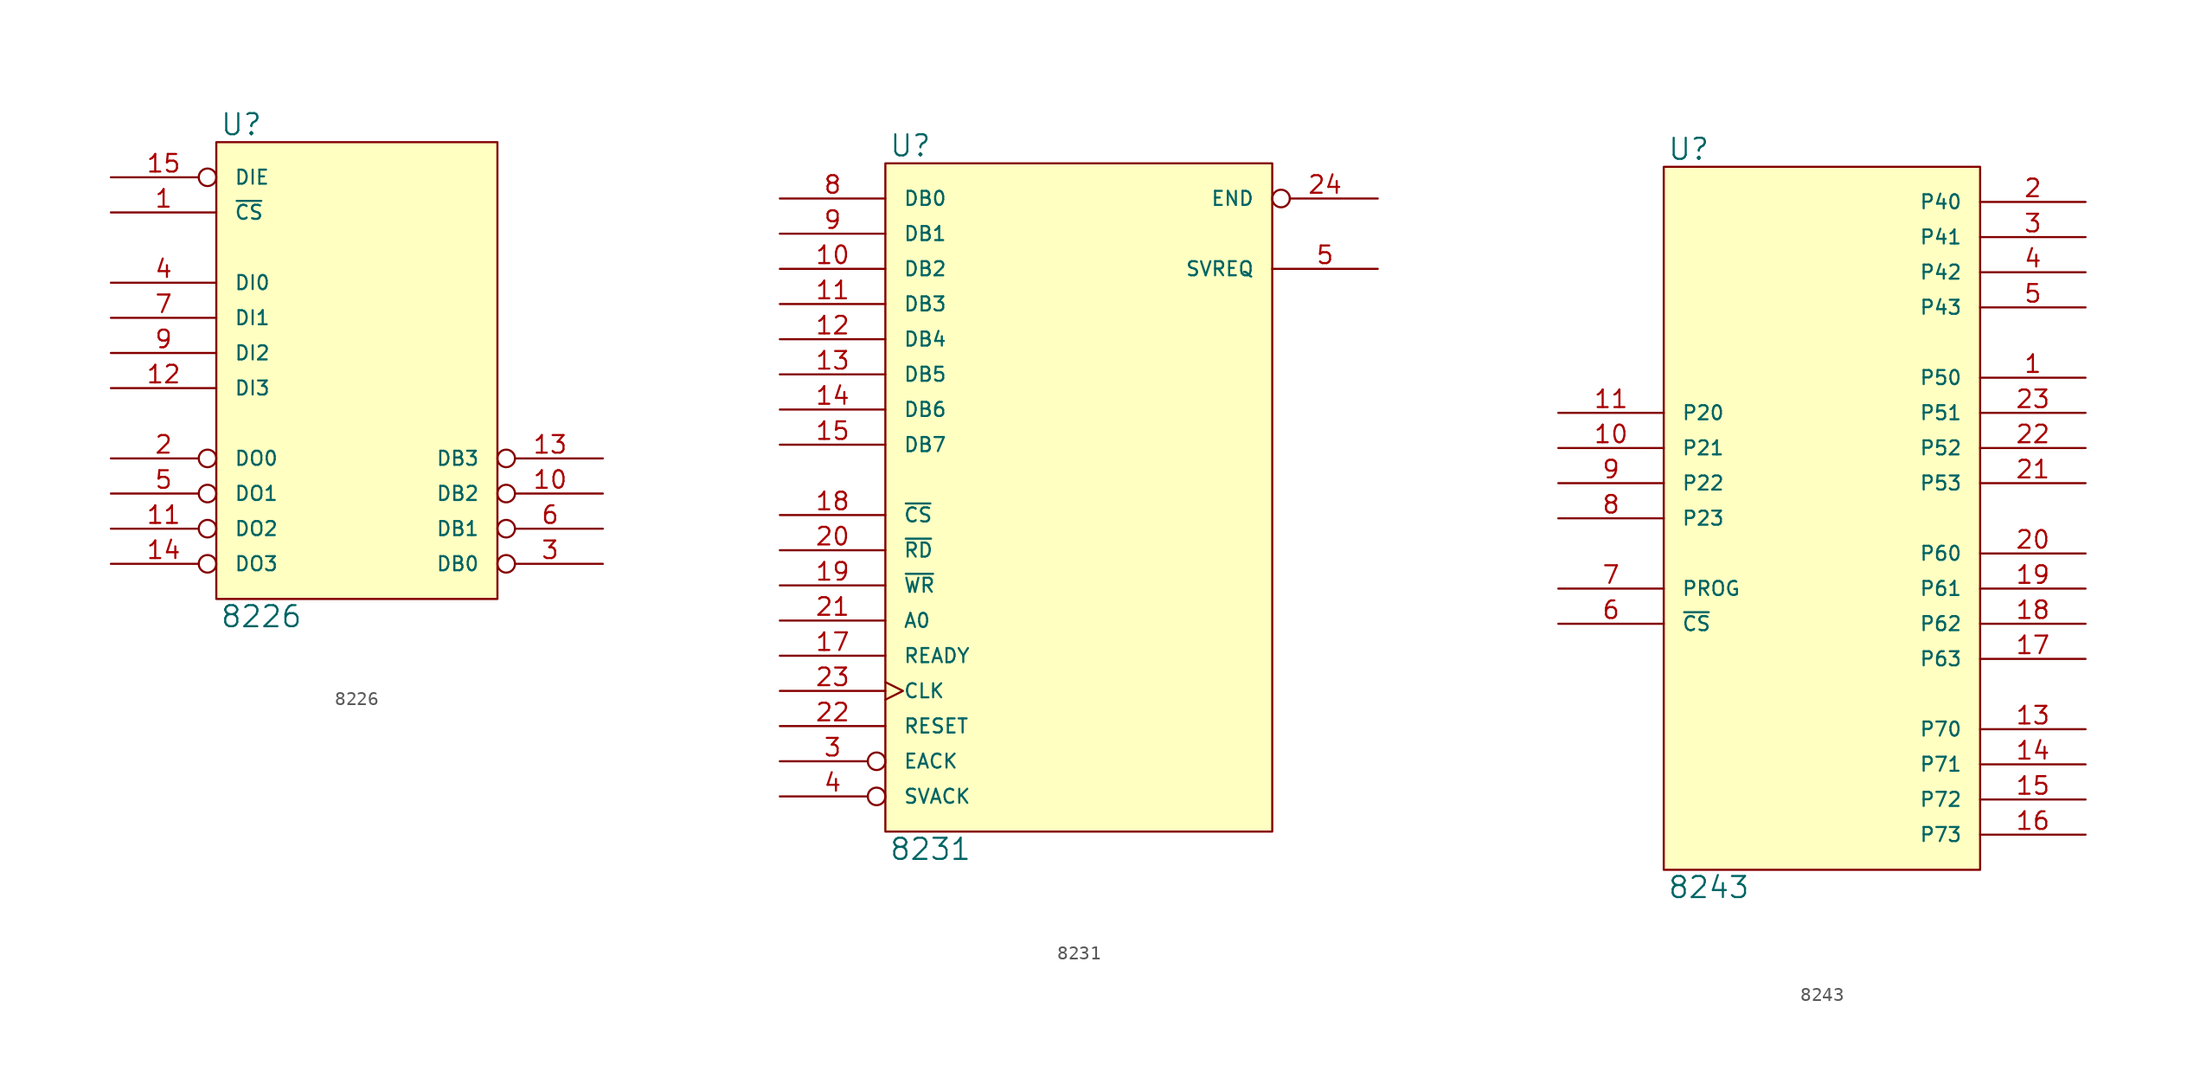
<source format=kicad_sym>
(kicad_symbol_lib
  (version 20231120)
  (generator "kicad_symbol_editor")
  (generator_version "8.0")
  (symbol "8226"
    (pin_names
      (offset 1.27))
    (property "Reference" "U"
      (at 0.254 0.381 0)
      (effects (font (size 1.524 1.524)) (justify left bottom)))
    (property "Value" "8226"
      (at 0.254 -33.401 0)
      (effects (font (size 1.524 1.524)) (justify left top)))
    (symbol "8226_0_1"
      (rectangle (start 0 0) (end 20.32 -33.02) (stroke (width 0) (type solid)) (fill (type background))))
    (symbol "8226_1_1"
      (pin input line (at -7.62 -5.08 0) (length 7.62) (name "~{CS}" (effects (font (size 1.016 1.016)))) (number "1" (effects (font (size 1.27 1.27)))))
      (pin tri_state inverted (at 27.94 -25.4 180) (length 7.62) (name "DB2" (effects (font (size 1.016 1.016)))) (number "10" (effects (font (size 1.27 1.27)))))
      (pin tri_state inverted (at -7.62 -27.94 0) (length 7.62) (name "DO2" (effects (font (size 1.016 1.016)))) (number "11" (effects (font (size 1.27 1.27)))))
      (pin input line (at -7.62 -17.78 0) (length 7.62) (name "DI3" (effects (font (size 1.016 1.016)))) (number "12" (effects (font (size 1.27 1.27)))))
      (pin tri_state inverted (at 27.94 -22.86 180) (length 7.62) (name "DB3" (effects (font (size 1.016 1.016)))) (number "13" (effects (font (size 1.27 1.27)))))
      (pin tri_state inverted (at -7.62 -30.48 0) (length 7.62) (name "DO3" (effects (font (size 1.016 1.016)))) (number "14" (effects (font (size 1.27 1.27)))))
      (pin input inverted (at -7.62 -2.54 0) (length 7.62) (name "DIE" (effects (font (size 1.016 1.016)))) (number "15" (effects (font (size 1.27 1.27)))))
      (pin power_in line (at 0 0 270) (length 0) hide (name "VCC" (effects (font (size 1.016 1.016)))) (number "16" (effects (font (size 1.27 1.27)))))
      (pin tri_state inverted (at -7.62 -22.86 0) (length 7.62) (name "DO0" (effects (font (size 1.016 1.016)))) (number "2" (effects (font (size 1.27 1.27)))))
      (pin tri_state inverted (at 27.94 -30.48 180) (length 7.62) (name "DB0" (effects (font (size 1.016 1.016)))) (number "3" (effects (font (size 1.27 1.27)))))
      (pin input line (at -7.62 -10.16 0) (length 7.62) (name "DI0" (effects (font (size 1.016 1.016)))) (number "4" (effects (font (size 1.27 1.27)))))
      (pin tri_state inverted (at -7.62 -25.4 0) (length 7.62) (name "DO1" (effects (font (size 1.016 1.016)))) (number "5" (effects (font (size 1.27 1.27)))))
      (pin tri_state inverted (at 27.94 -27.94 180) (length 7.62) (name "DB1" (effects (font (size 1.016 1.016)))) (number "6" (effects (font (size 1.27 1.27)))))
      (pin input line (at -7.62 -12.7 0) (length 7.62) (name "DI1" (effects (font (size 1.016 1.016)))) (number "7" (effects (font (size 1.27 1.27)))))
      (pin power_in line (at 0 -33.02 90) (length 0) hide (name "GND" (effects (font (size 1.016 1.016)))) (number "8" (effects (font (size 1.27 1.27)))))
      (pin input line (at -7.62 -15.24 0) (length 7.62) (name "DI2" (effects (font (size 1.016 1.016)))) (number "9" (effects (font (size 1.27 1.27)))))))
  (symbol "8231"
    (pin_names
      (offset 1.27))
    (property "Reference" "U"
      (at 0.254 0.381 0)
      (effects (font (size 1.524 1.524)) (justify left bottom)))
    (property "Value" "8231"
      (at 0.254 -48.641 0)
      (effects (font (size 1.524 1.524)) (justify left top)))
    (symbol "8231_0_1"
      (rectangle (start 0 0) (end 27.94 -48.26) (stroke (width 0) (type solid)) (fill (type background))))
    (symbol "8231_1_1"
      (pin power_in line (at 0 -48.26 90) (length 0) hide (name "VSS" (effects (font (size 1.016 1.016)))) (number "1" (effects (font (size 1.27 1.27)))))
      (pin bidirectional line (at -7.62 -7.62 0) (length 7.62) (name "DB2" (effects (font (size 1.016 1.016)))) (number "10" (effects (font (size 1.27 1.27)))))
      (pin bidirectional line (at -7.62 -10.16 0) (length 7.62) (name "DB3" (effects (font (size 1.016 1.016)))) (number "11" (effects (font (size 1.27 1.27)))))
      (pin bidirectional line (at -7.62 -12.7 0) (length 7.62) (name "DB4" (effects (font (size 1.016 1.016)))) (number "12" (effects (font (size 1.27 1.27)))))
      (pin bidirectional line (at -7.62 -15.24 0) (length 7.62) (name "DB5" (effects (font (size 1.016 1.016)))) (number "13" (effects (font (size 1.27 1.27)))))
      (pin bidirectional line (at -7.62 -17.78 0) (length 7.62) (name "DB6" (effects (font (size 1.016 1.016)))) (number "14" (effects (font (size 1.27 1.27)))))
      (pin bidirectional line (at -7.62 -20.32 0) (length 7.62) (name "DB7" (effects (font (size 1.016 1.016)))) (number "15" (effects (font (size 1.27 1.27)))))
      (pin power_in line (at 20.32 0 270) (length 0) hide (name "VDD" (effects (font (size 1.016 1.016)))) (number "16" (effects (font (size 1.27 1.27)))))
      (pin output line (at -7.62 -35.56 0) (length 7.62) (name "READY" (effects (font (size 1.016 1.016)))) (number "17" (effects (font (size 1.27 1.27)))))
      (pin input line (at -7.62 -25.4 0) (length 7.62) (name "~{CS}" (effects (font (size 1.016 1.016)))) (number "18" (effects (font (size 1.27 1.27)))))
      (pin input line (at -7.62 -30.48 0) (length 7.62) (name "~{WR}" (effects (font (size 1.016 1.016)))) (number "19" (effects (font (size 1.27 1.27)))))
      (pin power_in line (at 0 0 270) (length 0) hide (name "VCC" (effects (font (size 1.016 1.016)))) (number "2" (effects (font (size 1.27 1.27)))))
      (pin input line (at -7.62 -27.94 0) (length 7.62) (name "~{RD}" (effects (font (size 1.016 1.016)))) (number "20" (effects (font (size 1.27 1.27)))))
      (pin input line (at -7.62 -33.02 0) (length 7.62) (name "A0" (effects (font (size 1.016 1.016)))) (number "21" (effects (font (size 1.27 1.27)))))
      (pin input line (at -7.62 -40.64 0) (length 7.62) (name "RESET" (effects (font (size 1.016 1.016)))) (number "22" (effects (font (size 1.27 1.27)))))
      (pin input clock (at -7.62 -38.1 0) (length 7.62) (name "CLK" (effects (font (size 1.016 1.016)))) (number "23" (effects (font (size 1.27 1.27)))))
      (pin output inverted (at 35.56 -2.54 180) (length 7.62) (name "END" (effects (font (size 1.016 1.016)))) (number "24" (effects (font (size 1.27 1.27)))))
      (pin input inverted (at -7.62 -43.18 0) (length 7.62) (name "EACK" (effects (font (size 1.016 1.016)))) (number "3" (effects (font (size 1.27 1.27)))))
      (pin input inverted (at -7.62 -45.72 0) (length 7.62) (name "SVACK" (effects (font (size 1.016 1.016)))) (number "4" (effects (font (size 1.27 1.27)))))
      (pin output line (at 35.56 -7.62 180) (length 7.62) (name "SVREQ" (effects (font (size 1.016 1.016)))) (number "5" (effects (font (size 1.27 1.27)))))
      (pin power_in line (at 10.16 -48.26 90) (length 0) hide (name "GND" (effects (font (size 1.016 1.016)))) (number "6" (effects (font (size 1.27 1.27)))))
      (pin power_in line (at 20.32 -48.26 90) (length 0) hide (name "GND" (effects (font (size 1.016 1.016)))) (number "7" (effects (font (size 1.27 1.27)))))
      (pin bidirectional line (at -7.62 -2.54 0) (length 7.62) (name "DB0" (effects (font (size 1.016 1.016)))) (number "8" (effects (font (size 1.27 1.27)))))
      (pin bidirectional line (at -7.62 -5.08 0) (length 7.62) (name "DB1" (effects (font (size 1.016 1.016)))) (number "9" (effects (font (size 1.27 1.27)))))))
  (symbol "8243"
    (pin_names
      (offset 1.27))
    (property "Reference" "U"
      (at 0.254 0.381 0)
      (effects (font (size 1.524 1.524)) (justify left bottom)))
    (property "Value" "8243"
      (at 0.254 -51.181 0)
      (effects (font (size 1.524 1.524)) (justify left top)))
    (symbol "8243_0_1"
      (rectangle (start 0 0) (end 22.86 -50.8) (stroke (width 0) (type solid)) (fill (type background))))
    (symbol "8243_1_1"
      (pin bidirectional line (at 30.48 -15.24 180) (length 7.62) (name "P50" (effects (font (size 1.016 1.016)))) (number "1" (effects (font (size 1.27 1.27)))))
      (pin bidirectional line (at -7.62 -20.32 0) (length 7.62) (name "P21" (effects (font (size 1.016 1.016)))) (number "10" (effects (font (size 1.27 1.27)))))
      (pin bidirectional line (at -7.62 -17.78 0) (length 7.62) (name "P20" (effects (font (size 1.016 1.016)))) (number "11" (effects (font (size 1.27 1.27)))))
      (pin power_in line (at 0 -50.8 90) (length 0) hide (name "GND" (effects (font (size 1.016 1.016)))) (number "12" (effects (font (size 1.27 1.27)))))
      (pin bidirectional line (at 30.48 -40.64 180) (length 7.62) (name "P70" (effects (font (size 1.016 1.016)))) (number "13" (effects (font (size 1.27 1.27)))))
      (pin bidirectional line (at 30.48 -43.18 180) (length 7.62) (name "P71" (effects (font (size 1.016 1.016)))) (number "14" (effects (font (size 1.27 1.27)))))
      (pin bidirectional line (at 30.48 -45.72 180) (length 7.62) (name "P72" (effects (font (size 1.016 1.016)))) (number "15" (effects (font (size 1.27 1.27)))))
      (pin bidirectional line (at 30.48 -48.26 180) (length 7.62) (name "P73" (effects (font (size 1.016 1.016)))) (number "16" (effects (font (size 1.27 1.27)))))
      (pin bidirectional line (at 30.48 -35.56 180) (length 7.62) (name "P63" (effects (font (size 1.016 1.016)))) (number "17" (effects (font (size 1.27 1.27)))))
      (pin bidirectional line (at 30.48 -33.02 180) (length 7.62) (name "P62" (effects (font (size 1.016 1.016)))) (number "18" (effects (font (size 1.27 1.27)))))
      (pin bidirectional line (at 30.48 -30.48 180) (length 7.62) (name "P61" (effects (font (size 1.016 1.016)))) (number "19" (effects (font (size 1.27 1.27)))))
      (pin bidirectional line (at 30.48 -2.54 180) (length 7.62) (name "P40" (effects (font (size 1.016 1.016)))) (number "2" (effects (font (size 1.27 1.27)))))
      (pin bidirectional line (at 30.48 -27.94 180) (length 7.62) (name "P60" (effects (font (size 1.016 1.016)))) (number "20" (effects (font (size 1.27 1.27)))))
      (pin bidirectional line (at 30.48 -22.86 180) (length 7.62) (name "P53" (effects (font (size 1.016 1.016)))) (number "21" (effects (font (size 1.27 1.27)))))
      (pin bidirectional line (at 30.48 -20.32 180) (length 7.62) (name "P52" (effects (font (size 1.016 1.016)))) (number "22" (effects (font (size 1.27 1.27)))))
      (pin bidirectional line (at 30.48 -17.78 180) (length 7.62) (name "P51" (effects (font (size 1.016 1.016)))) (number "23" (effects (font (size 1.27 1.27)))))
      (pin power_in line (at 0 0 270) (length 0) hide (name "VCC" (effects (font (size 1.016 1.016)))) (number "24" (effects (font (size 1.27 1.27)))))
      (pin bidirectional line (at 30.48 -5.08 180) (length 7.62) (name "P41" (effects (font (size 1.016 1.016)))) (number "3" (effects (font (size 1.27 1.27)))))
      (pin bidirectional line (at 30.48 -7.62 180) (length 7.62) (name "P42" (effects (font (size 1.016 1.016)))) (number "4" (effects (font (size 1.27 1.27)))))
      (pin bidirectional line (at 30.48 -10.16 180) (length 7.62) (name "P43" (effects (font (size 1.016 1.016)))) (number "5" (effects (font (size 1.27 1.27)))))
      (pin input line (at -7.62 -33.02 0) (length 7.62) (name "~{CS}" (effects (font (size 1.016 1.016)))) (number "6" (effects (font (size 1.27 1.27)))))
      (pin input line (at -7.62 -30.48 0) (length 7.62) (name "PROG" (effects (font (size 1.016 1.016)))) (number "7" (effects (font (size 1.27 1.27)))))
      (pin bidirectional line (at -7.62 -25.4 0) (length 7.62) (name "P23" (effects (font (size 1.016 1.016)))) (number "8" (effects (font (size 1.27 1.27)))))
      (pin bidirectional line (at -7.62 -22.86 0) (length 7.62) (name "P22" (effects (font (size 1.016 1.016)))) (number "9" (effects (font (size 1.27 1.27))))))))
</source>
